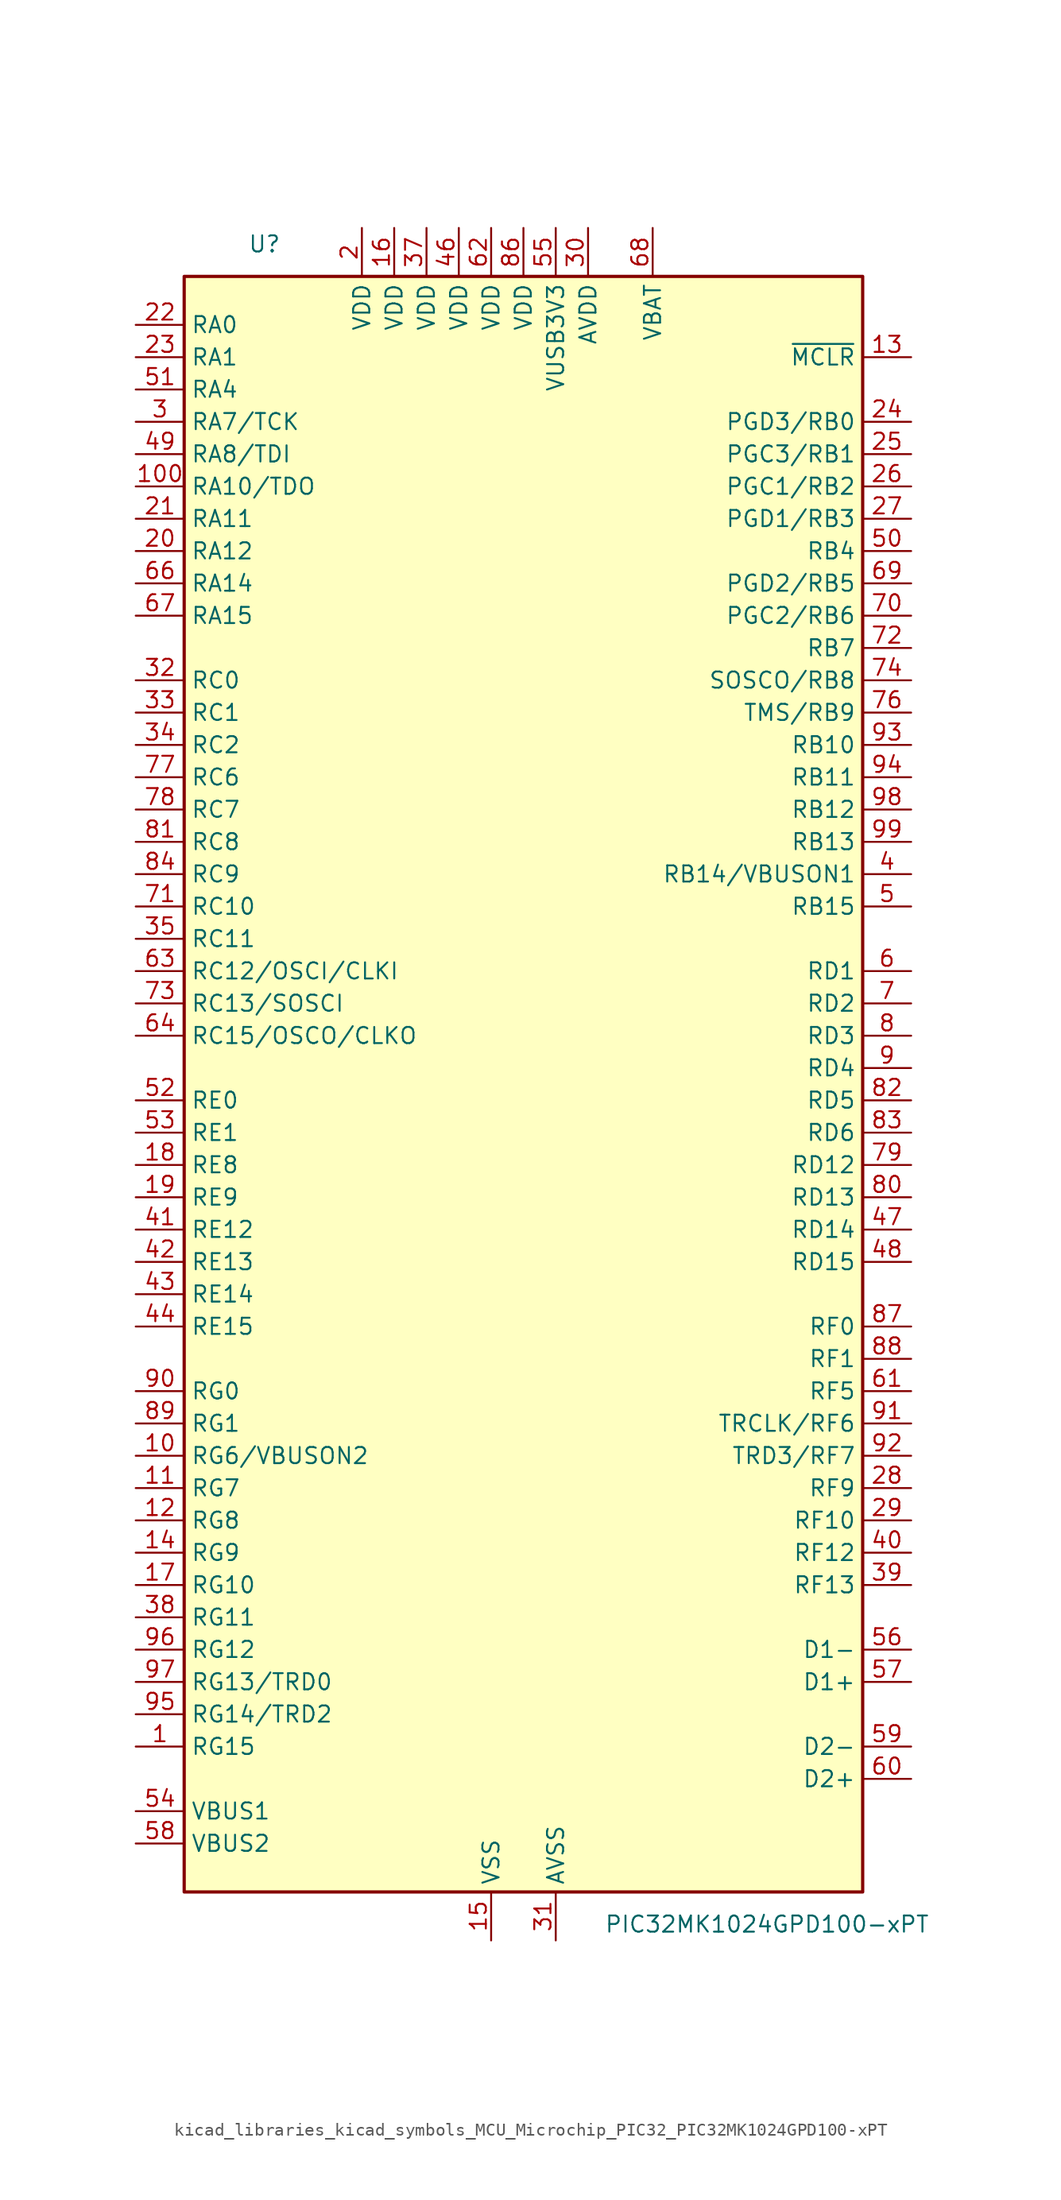
<source format=kicad_sym>
(kicad_symbol_lib
  (version 20220914)
  (generator kicad_symbol_editor)
  (symbol "kicad_libraries_kicad_symbols_MCU_Microchip_PIC32_PIC32MK1024GPD100-xPT"
    (property "Reference" "U"
      (at -19.05 64.77 0)
      (effects (font (size 1.27 1.27)) (justify right)))
    (property "Value" "PIC32MK1024GPD100-xPT"
      (at 6.35 -67.31 0)
      (effects (font (size 1.27 1.27)) (justify left)))
    (symbol "kicad_libraries_kicad_symbols_MCU_Microchip_PIC32_PIC32MK1024GPD100-xPT_0_1"
      (rectangle (start -26.67 62.23) (end 26.67 -64.77) (stroke (width 0.254) (type default)) (fill (type background))))
    (symbol "kicad_libraries_kicad_symbols_MCU_Microchip_PIC32_PIC32MK1024GPD100-xPT_1_1"
      (pin bidirectional line (at -30.48 -53.34 0) (length 3.81) (name "RG15" (effects (font (size 1.27 1.27)))) (number "1" (effects (font (size 1.27 1.27)))))
      (pin bidirectional line (at -30.48 -30.48 0) (length 3.81) (name "RG6/VBUSON2" (effects (font (size 1.27 1.27)))) (number "10" (effects (font (size 1.27 1.27)))))
      (pin bidirectional line (at -30.48 45.72 0) (length 3.81) (name "RA10/TDO" (effects (font (size 1.27 1.27)))) (number "100" (effects (font (size 1.27 1.27)))))
      (pin bidirectional line (at -30.48 -33.02 0) (length 3.81) (name "RG7" (effects (font (size 1.27 1.27)))) (number "11" (effects (font (size 1.27 1.27)))))
      (pin bidirectional line (at -30.48 -35.56 0) (length 3.81) (name "RG8" (effects (font (size 1.27 1.27)))) (number "12" (effects (font (size 1.27 1.27)))))
      (pin input line (at 30.48 55.88 180) (length 3.81) (name "~{MCLR}" (effects (font (size 1.27 1.27)))) (number "13" (effects (font (size 1.27 1.27)))))
      (pin bidirectional line (at -30.48 -38.1 0) (length 3.81) (name "RG9" (effects (font (size 1.27 1.27)))) (number "14" (effects (font (size 1.27 1.27)))))
      (pin power_in line (at -2.54 -68.58 90) (length 3.81) (name "VSS" (effects (font (size 1.27 1.27)))) (number "15" (effects (font (size 1.27 1.27)))))
      (pin power_in line (at -10.16 66.04 270) (length 3.81) (name "VDD" (effects (font (size 1.27 1.27)))) (number "16" (effects (font (size 1.27 1.27)))))
      (pin bidirectional line (at -30.48 -40.64 0) (length 3.81) (name "RG10" (effects (font (size 1.27 1.27)))) (number "17" (effects (font (size 1.27 1.27)))))
      (pin bidirectional line (at -30.48 -7.62 0) (length 3.81) (name "RE8" (effects (font (size 1.27 1.27)))) (number "18" (effects (font (size 1.27 1.27)))))
      (pin bidirectional line (at -30.48 -10.16 0) (length 3.81) (name "RE9" (effects (font (size 1.27 1.27)))) (number "19" (effects (font (size 1.27 1.27)))))
      (pin power_in line (at -12.7 66.04 270) (length 3.81) (name "VDD" (effects (font (size 1.27 1.27)))) (number "2" (effects (font (size 1.27 1.27)))))
      (pin bidirectional line (at -30.48 40.64 0) (length 3.81) (name "RA12" (effects (font (size 1.27 1.27)))) (number "20" (effects (font (size 1.27 1.27)))))
      (pin bidirectional line (at -30.48 43.18 0) (length 3.81) (name "RA11" (effects (font (size 1.27 1.27)))) (number "21" (effects (font (size 1.27 1.27)))))
      (pin bidirectional line (at -30.48 58.42 0) (length 3.81) (name "RA0" (effects (font (size 1.27 1.27)))) (number "22" (effects (font (size 1.27 1.27)))))
      (pin bidirectional line (at -30.48 55.88 0) (length 3.81) (name "RA1" (effects (font (size 1.27 1.27)))) (number "23" (effects (font (size 1.27 1.27)))))
      (pin bidirectional line (at 30.48 50.8 180) (length 3.81) (name "PGD3/RB0" (effects (font (size 1.27 1.27)))) (number "24" (effects (font (size 1.27 1.27)))))
      (pin bidirectional line (at 30.48 48.26 180) (length 3.81) (name "PGC3/RB1" (effects (font (size 1.27 1.27)))) (number "25" (effects (font (size 1.27 1.27)))))
      (pin bidirectional line (at 30.48 45.72 180) (length 3.81) (name "PGC1/RB2" (effects (font (size 1.27 1.27)))) (number "26" (effects (font (size 1.27 1.27)))))
      (pin bidirectional line (at 30.48 43.18 180) (length 3.81) (name "PGD1/RB3" (effects (font (size 1.27 1.27)))) (number "27" (effects (font (size 1.27 1.27)))))
      (pin bidirectional line (at 30.48 -33.02 180) (length 3.81) (name "RF9" (effects (font (size 1.27 1.27)))) (number "28" (effects (font (size 1.27 1.27)))))
      (pin bidirectional line (at 30.48 -35.56 180) (length 3.81) (name "RF10" (effects (font (size 1.27 1.27)))) (number "29" (effects (font (size 1.27 1.27)))))
      (pin bidirectional line (at -30.48 50.8 0) (length 3.81) (name "RA7/TCK" (effects (font (size 1.27 1.27)))) (number "3" (effects (font (size 1.27 1.27)))))
      (pin power_in line (at 5.08 66.04 270) (length 3.81) (name "AVDD" (effects (font (size 1.27 1.27)))) (number "30" (effects (font (size 1.27 1.27)))))
      (pin power_in line (at 2.54 -68.58 90) (length 3.81) (name "AVSS" (effects (font (size 1.27 1.27)))) (number "31" (effects (font (size 1.27 1.27)))))
      (pin bidirectional line (at -30.48 30.48 0) (length 3.81) (name "RC0" (effects (font (size 1.27 1.27)))) (number "32" (effects (font (size 1.27 1.27)))))
      (pin bidirectional line (at -30.48 27.94 0) (length 3.81) (name "RC1" (effects (font (size 1.27 1.27)))) (number "33" (effects (font (size 1.27 1.27)))))
      (pin bidirectional line (at -30.48 25.4 0) (length 3.81) (name "RC2" (effects (font (size 1.27 1.27)))) (number "34" (effects (font (size 1.27 1.27)))))
      (pin bidirectional line (at -30.48 10.16 0) (length 3.81) (name "RC11" (effects (font (size 1.27 1.27)))) (number "35" (effects (font (size 1.27 1.27)))))
      (pin passive line (at -2.54 -68.58 90) (length 3.81) hide (name "VSS" (effects (font (size 1.27 1.27)))) (number "36" (effects (font (size 1.27 1.27)))))
      (pin power_in line (at -7.62 66.04 270) (length 3.81) (name "VDD" (effects (font (size 1.27 1.27)))) (number "37" (effects (font (size 1.27 1.27)))))
      (pin bidirectional line (at -30.48 -43.18 0) (length 3.81) (name "RG11" (effects (font (size 1.27 1.27)))) (number "38" (effects (font (size 1.27 1.27)))))
      (pin bidirectional line (at 30.48 -40.64 180) (length 3.81) (name "RF13" (effects (font (size 1.27 1.27)))) (number "39" (effects (font (size 1.27 1.27)))))
      (pin bidirectional line (at 30.48 15.24 180) (length 3.81) (name "RB14/VBUSON1" (effects (font (size 1.27 1.27)))) (number "4" (effects (font (size 1.27 1.27)))))
      (pin bidirectional line (at 30.48 -38.1 180) (length 3.81) (name "RF12" (effects (font (size 1.27 1.27)))) (number "40" (effects (font (size 1.27 1.27)))))
      (pin bidirectional line (at -30.48 -12.7 0) (length 3.81) (name "RE12" (effects (font (size 1.27 1.27)))) (number "41" (effects (font (size 1.27 1.27)))))
      (pin bidirectional line (at -30.48 -15.24 0) (length 3.81) (name "RE13" (effects (font (size 1.27 1.27)))) (number "42" (effects (font (size 1.27 1.27)))))
      (pin bidirectional line (at -30.48 -17.78 0) (length 3.81) (name "RE14" (effects (font (size 1.27 1.27)))) (number "43" (effects (font (size 1.27 1.27)))))
      (pin bidirectional line (at -30.48 -20.32 0) (length 3.81) (name "RE15" (effects (font (size 1.27 1.27)))) (number "44" (effects (font (size 1.27 1.27)))))
      (pin passive line (at -2.54 -68.58 90) (length 3.81) hide (name "VSS" (effects (font (size 1.27 1.27)))) (number "45" (effects (font (size 1.27 1.27)))))
      (pin power_in line (at -5.08 66.04 270) (length 3.81) (name "VDD" (effects (font (size 1.27 1.27)))) (number "46" (effects (font (size 1.27 1.27)))))
      (pin bidirectional line (at 30.48 -12.7 180) (length 3.81) (name "RD14" (effects (font (size 1.27 1.27)))) (number "47" (effects (font (size 1.27 1.27)))))
      (pin bidirectional line (at 30.48 -15.24 180) (length 3.81) (name "RD15" (effects (font (size 1.27 1.27)))) (number "48" (effects (font (size 1.27 1.27)))))
      (pin bidirectional line (at -30.48 48.26 0) (length 3.81) (name "RA8/TDI" (effects (font (size 1.27 1.27)))) (number "49" (effects (font (size 1.27 1.27)))))
      (pin bidirectional line (at 30.48 12.7 180) (length 3.81) (name "RB15" (effects (font (size 1.27 1.27)))) (number "5" (effects (font (size 1.27 1.27)))))
      (pin bidirectional line (at 30.48 40.64 180) (length 3.81) (name "RB4" (effects (font (size 1.27 1.27)))) (number "50" (effects (font (size 1.27 1.27)))))
      (pin bidirectional line (at -30.48 53.34 0) (length 3.81) (name "RA4" (effects (font (size 1.27 1.27)))) (number "51" (effects (font (size 1.27 1.27)))))
      (pin bidirectional line (at -30.48 -2.54 0) (length 3.81) (name "RE0" (effects (font (size 1.27 1.27)))) (number "52" (effects (font (size 1.27 1.27)))))
      (pin bidirectional line (at -30.48 -5.08 0) (length 3.81) (name "RE1" (effects (font (size 1.27 1.27)))) (number "53" (effects (font (size 1.27 1.27)))))
      (pin input line (at -30.48 -58.42 0) (length 3.81) (name "VBUS1" (effects (font (size 1.27 1.27)))) (number "54" (effects (font (size 1.27 1.27)))))
      (pin power_in line (at 2.54 66.04 270) (length 3.81) (name "VUSB3V3" (effects (font (size 1.27 1.27)))) (number "55" (effects (font (size 1.27 1.27)))))
      (pin bidirectional line (at 30.48 -45.72 180) (length 3.81) (name "D1-" (effects (font (size 1.27 1.27)))) (number "56" (effects (font (size 1.27 1.27)))))
      (pin bidirectional line (at 30.48 -48.26 180) (length 3.81) (name "D1+" (effects (font (size 1.27 1.27)))) (number "57" (effects (font (size 1.27 1.27)))))
      (pin input line (at -30.48 -60.96 0) (length 3.81) (name "VBUS2" (effects (font (size 1.27 1.27)))) (number "58" (effects (font (size 1.27 1.27)))))
      (pin bidirectional line (at 30.48 -53.34 180) (length 3.81) (name "D2-" (effects (font (size 1.27 1.27)))) (number "59" (effects (font (size 1.27 1.27)))))
      (pin bidirectional line (at 30.48 7.62 180) (length 3.81) (name "RD1" (effects (font (size 1.27 1.27)))) (number "6" (effects (font (size 1.27 1.27)))))
      (pin bidirectional line (at 30.48 -55.88 180) (length 3.81) (name "D2+" (effects (font (size 1.27 1.27)))) (number "60" (effects (font (size 1.27 1.27)))))
      (pin bidirectional line (at 30.48 -25.4 180) (length 3.81) (name "RF5" (effects (font (size 1.27 1.27)))) (number "61" (effects (font (size 1.27 1.27)))))
      (pin power_in line (at -2.54 66.04 270) (length 3.81) (name "VDD" (effects (font (size 1.27 1.27)))) (number "62" (effects (font (size 1.27 1.27)))))
      (pin bidirectional line (at -30.48 7.62 0) (length 3.81) (name "RC12/OSCI/CLKI" (effects (font (size 1.27 1.27)))) (number "63" (effects (font (size 1.27 1.27)))))
      (pin bidirectional line (at -30.48 2.54 0) (length 3.81) (name "RC15/OSCO/CLKO" (effects (font (size 1.27 1.27)))) (number "64" (effects (font (size 1.27 1.27)))))
      (pin passive line (at -2.54 -68.58 90) (length 3.81) hide (name "VSS" (effects (font (size 1.27 1.27)))) (number "65" (effects (font (size 1.27 1.27)))))
      (pin bidirectional line (at -30.48 38.1 0) (length 3.81) (name "RA14" (effects (font (size 1.27 1.27)))) (number "66" (effects (font (size 1.27 1.27)))))
      (pin bidirectional line (at -30.48 35.56 0) (length 3.81) (name "RA15" (effects (font (size 1.27 1.27)))) (number "67" (effects (font (size 1.27 1.27)))))
      (pin power_in line (at 10.16 66.04 270) (length 3.81) (name "VBAT" (effects (font (size 1.27 1.27)))) (number "68" (effects (font (size 1.27 1.27)))))
      (pin bidirectional line (at 30.48 38.1 180) (length 3.81) (name "PGD2/RB5" (effects (font (size 1.27 1.27)))) (number "69" (effects (font (size 1.27 1.27)))))
      (pin bidirectional line (at 30.48 5.08 180) (length 3.81) (name "RD2" (effects (font (size 1.27 1.27)))) (number "7" (effects (font (size 1.27 1.27)))))
      (pin bidirectional line (at 30.48 35.56 180) (length 3.81) (name "PGC2/RB6" (effects (font (size 1.27 1.27)))) (number "70" (effects (font (size 1.27 1.27)))))
      (pin bidirectional line (at -30.48 12.7 0) (length 3.81) (name "RC10" (effects (font (size 1.27 1.27)))) (number "71" (effects (font (size 1.27 1.27)))))
      (pin bidirectional line (at 30.48 33.02 180) (length 3.81) (name "RB7" (effects (font (size 1.27 1.27)))) (number "72" (effects (font (size 1.27 1.27)))))
      (pin bidirectional line (at -30.48 5.08 0) (length 3.81) (name "RC13/SOSCI" (effects (font (size 1.27 1.27)))) (number "73" (effects (font (size 1.27 1.27)))))
      (pin bidirectional line (at 30.48 30.48 180) (length 3.81) (name "SOSCO/RB8" (effects (font (size 1.27 1.27)))) (number "74" (effects (font (size 1.27 1.27)))))
      (pin passive line (at -2.54 -68.58 90) (length 3.81) hide (name "VSS" (effects (font (size 1.27 1.27)))) (number "75" (effects (font (size 1.27 1.27)))))
      (pin bidirectional line (at 30.48 27.94 180) (length 3.81) (name "TMS/RB9" (effects (font (size 1.27 1.27)))) (number "76" (effects (font (size 1.27 1.27)))))
      (pin bidirectional line (at -30.48 22.86 0) (length 3.81) (name "RC6" (effects (font (size 1.27 1.27)))) (number "77" (effects (font (size 1.27 1.27)))))
      (pin bidirectional line (at -30.48 20.32 0) (length 3.81) (name "RC7" (effects (font (size 1.27 1.27)))) (number "78" (effects (font (size 1.27 1.27)))))
      (pin bidirectional line (at 30.48 -7.62 180) (length 3.81) (name "RD12" (effects (font (size 1.27 1.27)))) (number "79" (effects (font (size 1.27 1.27)))))
      (pin bidirectional line (at 30.48 2.54 180) (length 3.81) (name "RD3" (effects (font (size 1.27 1.27)))) (number "8" (effects (font (size 1.27 1.27)))))
      (pin bidirectional line (at 30.48 -10.16 180) (length 3.81) (name "RD13" (effects (font (size 1.27 1.27)))) (number "80" (effects (font (size 1.27 1.27)))))
      (pin bidirectional line (at -30.48 17.78 0) (length 3.81) (name "RC8" (effects (font (size 1.27 1.27)))) (number "81" (effects (font (size 1.27 1.27)))))
      (pin bidirectional line (at 30.48 -2.54 180) (length 3.81) (name "RD5" (effects (font (size 1.27 1.27)))) (number "82" (effects (font (size 1.27 1.27)))))
      (pin bidirectional line (at 30.48 -5.08 180) (length 3.81) (name "RD6" (effects (font (size 1.27 1.27)))) (number "83" (effects (font (size 1.27 1.27)))))
      (pin bidirectional line (at -30.48 15.24 0) (length 3.81) (name "RC9" (effects (font (size 1.27 1.27)))) (number "84" (effects (font (size 1.27 1.27)))))
      (pin passive line (at -2.54 -68.58 90) (length 3.81) hide (name "VSS" (effects (font (size 1.27 1.27)))) (number "85" (effects (font (size 1.27 1.27)))))
      (pin power_in line (at 0 66.04 270) (length 3.81) (name "VDD" (effects (font (size 1.27 1.27)))) (number "86" (effects (font (size 1.27 1.27)))))
      (pin bidirectional line (at 30.48 -20.32 180) (length 3.81) (name "RF0" (effects (font (size 1.27 1.27)))) (number "87" (effects (font (size 1.27 1.27)))))
      (pin bidirectional line (at 30.48 -22.86 180) (length 3.81) (name "RF1" (effects (font (size 1.27 1.27)))) (number "88" (effects (font (size 1.27 1.27)))))
      (pin bidirectional line (at -30.48 -27.94 0) (length 3.81) (name "RG1" (effects (font (size 1.27 1.27)))) (number "89" (effects (font (size 1.27 1.27)))))
      (pin bidirectional line (at 30.48 0 180) (length 3.81) (name "RD4" (effects (font (size 1.27 1.27)))) (number "9" (effects (font (size 1.27 1.27)))))
      (pin bidirectional line (at -30.48 -25.4 0) (length 3.81) (name "RG0" (effects (font (size 1.27 1.27)))) (number "90" (effects (font (size 1.27 1.27)))))
      (pin bidirectional line (at 30.48 -27.94 180) (length 3.81) (name "TRCLK/RF6" (effects (font (size 1.27 1.27)))) (number "91" (effects (font (size 1.27 1.27)))))
      (pin bidirectional line (at 30.48 -30.48 180) (length 3.81) (name "TRD3/RF7" (effects (font (size 1.27 1.27)))) (number "92" (effects (font (size 1.27 1.27)))))
      (pin bidirectional line (at 30.48 25.4 180) (length 3.81) (name "RB10" (effects (font (size 1.27 1.27)))) (number "93" (effects (font (size 1.27 1.27)))))
      (pin bidirectional line (at 30.48 22.86 180) (length 3.81) (name "RB11" (effects (font (size 1.27 1.27)))) (number "94" (effects (font (size 1.27 1.27)))))
      (pin bidirectional line (at -30.48 -50.8 0) (length 3.81) (name "RG14/TRD2" (effects (font (size 1.27 1.27)))) (number "95" (effects (font (size 1.27 1.27)))))
      (pin bidirectional line (at -30.48 -45.72 0) (length 3.81) (name "RG12" (effects (font (size 1.27 1.27)))) (number "96" (effects (font (size 1.27 1.27)))))
      (pin bidirectional line (at -30.48 -48.26 0) (length 3.81) (name "RG13/TRD0" (effects (font (size 1.27 1.27)))) (number "97" (effects (font (size 1.27 1.27)))))
      (pin bidirectional line (at 30.48 20.32 180) (length 3.81) (name "RB12" (effects (font (size 1.27 1.27)))) (number "98" (effects (font (size 1.27 1.27)))))
      (pin bidirectional line (at 30.48 17.78 180) (length 3.81) (name "RB13" (effects (font (size 1.27 1.27)))) (number "99" (effects (font (size 1.27 1.27))))))))
</source>
